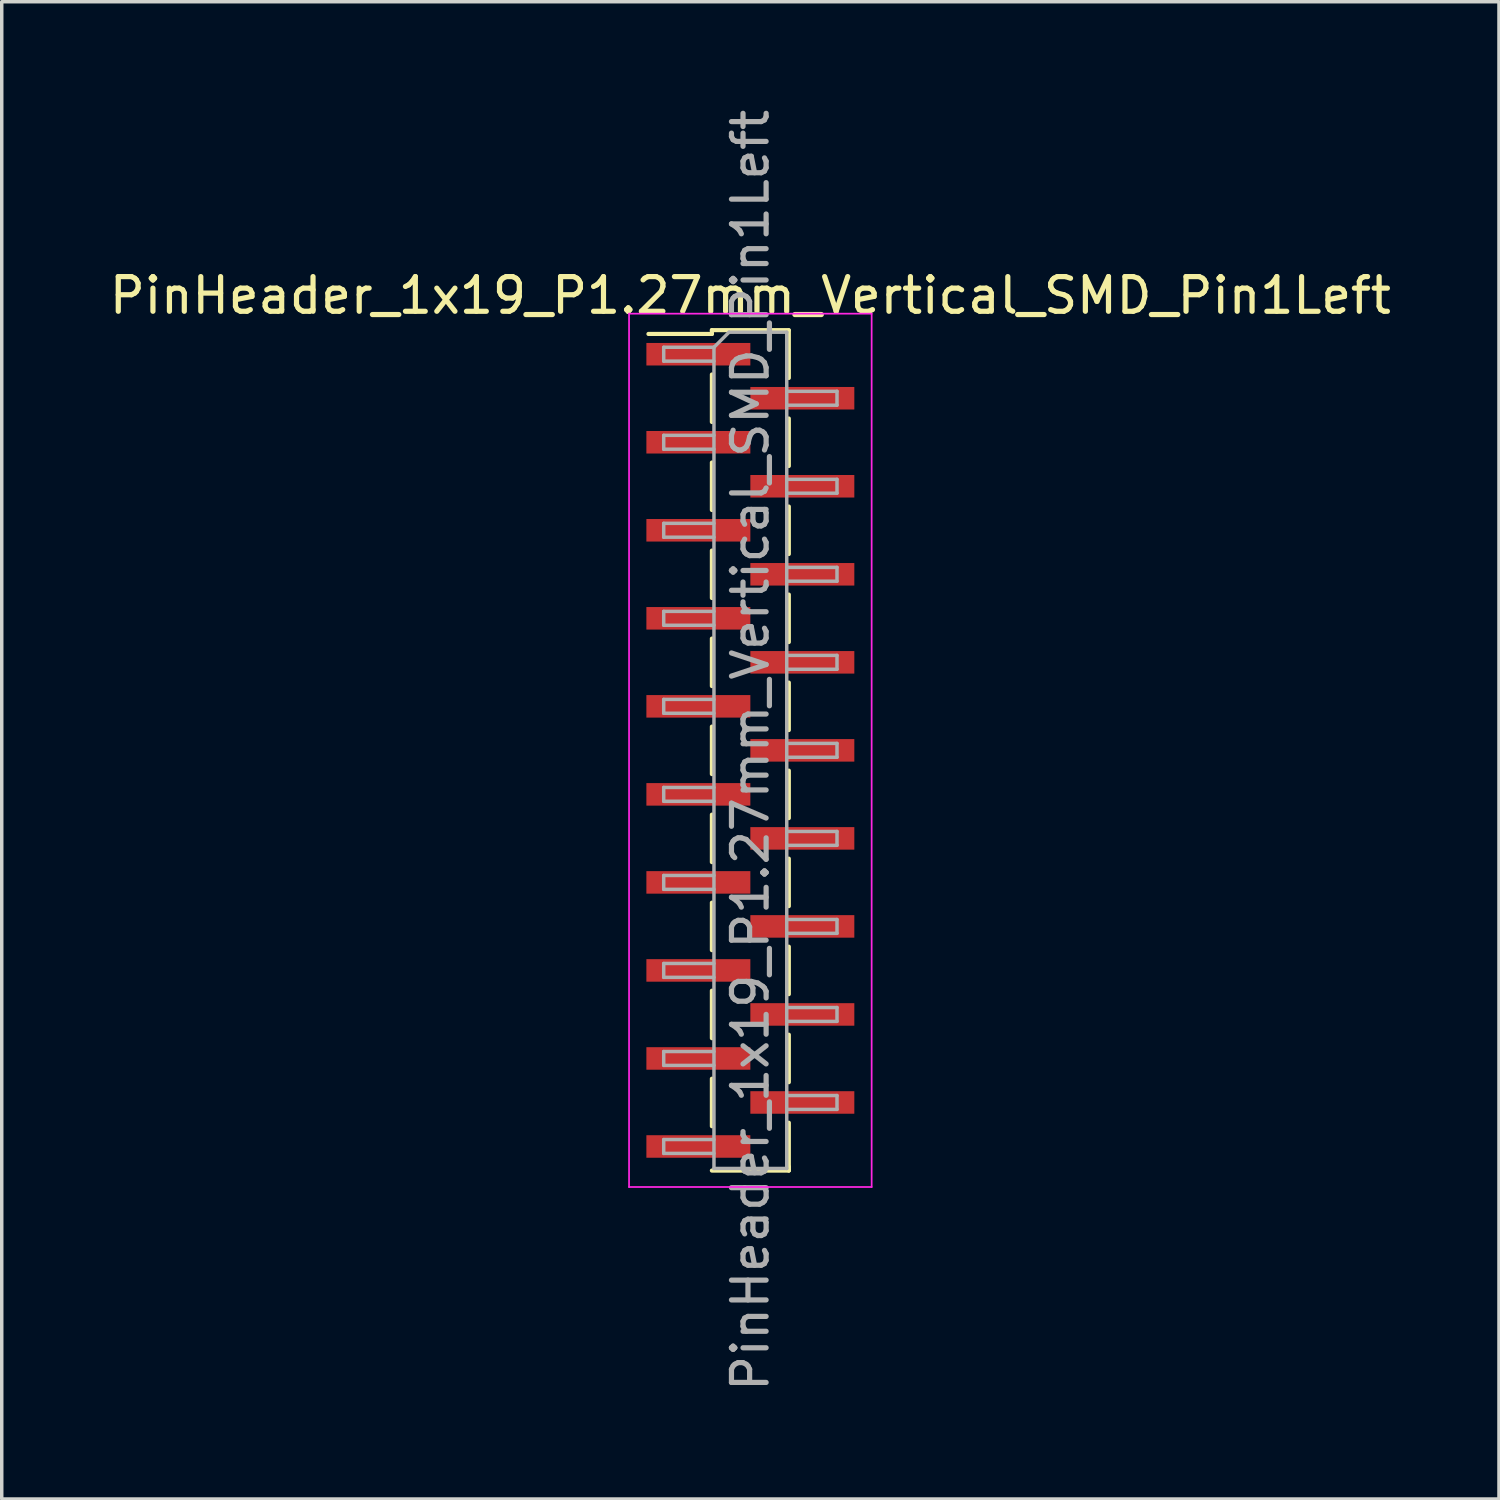
<source format=kicad_pcb>
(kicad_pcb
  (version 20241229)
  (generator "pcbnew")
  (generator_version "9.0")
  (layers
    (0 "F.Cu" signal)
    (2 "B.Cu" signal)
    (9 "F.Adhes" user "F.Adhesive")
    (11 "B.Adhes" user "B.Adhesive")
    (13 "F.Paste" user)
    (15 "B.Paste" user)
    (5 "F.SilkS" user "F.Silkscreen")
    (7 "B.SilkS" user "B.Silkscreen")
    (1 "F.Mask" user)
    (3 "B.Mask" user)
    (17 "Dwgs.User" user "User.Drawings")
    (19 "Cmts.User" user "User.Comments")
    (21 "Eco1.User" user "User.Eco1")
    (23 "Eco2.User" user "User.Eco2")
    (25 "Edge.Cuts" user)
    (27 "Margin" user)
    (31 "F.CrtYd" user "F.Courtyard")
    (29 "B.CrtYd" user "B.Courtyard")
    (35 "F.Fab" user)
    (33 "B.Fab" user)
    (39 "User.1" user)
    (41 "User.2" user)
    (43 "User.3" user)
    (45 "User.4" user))
  (footprint "PinHeader_1x19_P1.27mm_Vertical_SMD_Pin1Left"
    (layer "F.Cu")
    (at 18.601 18.601)
    (property "Reference" "PinHeader_1x19_P1.27mm_Vertical_SMD_Pin1Left" (at 0 -13.125 0) (layer "F.SilkS") (effects (font (size 1 1) (thickness 0.15))))
    (attr smd)
    (fp_line (start -1.11 -12.125) (end -1.11 -12.015) (stroke (width 0.12) (type solid)) (layer "F.SilkS"))
    (fp_line (start -1.11 -12.125) (end 1.11 -12.125) (stroke (width 0.12) (type solid)) (layer "F.SilkS"))
    (fp_line (start -1.11 -12.015) (end -2.94 -12.015) (stroke (width 0.12) (type solid)) (layer "F.SilkS"))
    (fp_line (start -1.11 -10.845) (end -1.11 -9.475) (stroke (width 0.12) (type solid)) (layer "F.SilkS"))
    (fp_line (start -1.11 -8.305) (end -1.11 -6.935) (stroke (width 0.12) (type solid)) (layer "F.SilkS"))
    (fp_line (start -1.11 -5.765) (end -1.11 -4.395) (stroke (width 0.12) (type solid)) (layer "F.SilkS"))
    (fp_line (start -1.11 -3.225) (end -1.11 -1.855) (stroke (width 0.12) (type solid)) (layer "F.SilkS"))
    (fp_line (start -1.11 -0.685) (end -1.11 0.685) (stroke (width 0.12) (type solid)) (layer "F.SilkS"))
    (fp_line (start -1.11 1.855) (end -1.11 3.225) (stroke (width 0.12) (type solid)) (layer "F.SilkS"))
    (fp_line (start -1.11 4.395) (end -1.11 5.765) (stroke (width 0.12) (type solid)) (layer "F.SilkS"))
    (fp_line (start -1.11 6.935) (end -1.11 8.305) (stroke (width 0.12) (type solid)) (layer "F.SilkS"))
    (fp_line (start -1.11 9.475) (end -1.11 10.845) (stroke (width 0.12) (type solid)) (layer "F.SilkS"))
    (fp_line (start -1.11 12.125) (end 1.11 12.125) (stroke (width 0.12) (type solid)) (layer "F.SilkS"))
    (fp_line (start 1.11 -12.115) (end 1.11 -10.745) (stroke (width 0.12) (type solid)) (layer "F.SilkS"))
    (fp_line (start 1.11 -9.575) (end 1.11 -8.205) (stroke (width 0.12) (type solid)) (layer "F.SilkS"))
    (fp_line (start 1.11 -7.035) (end 1.11 -5.665) (stroke (width 0.12) (type solid)) (layer "F.SilkS"))
    (fp_line (start 1.11 -4.495) (end 1.11 -3.125) (stroke (width 0.12) (type solid)) (layer "F.SilkS"))
    (fp_line (start 1.11 -1.955) (end 1.11 -0.585) (stroke (width 0.12) (type solid)) (layer "F.SilkS"))
    (fp_line (start 1.11 0.585) (end 1.11 1.955) (stroke (width 0.12) (type solid)) (layer "F.SilkS"))
    (fp_line (start 1.11 3.125) (end 1.11 4.495) (stroke (width 0.12) (type solid)) (layer "F.SilkS"))
    (fp_line (start 1.11 5.665) (end 1.11 7.035) (stroke (width 0.12) (type solid)) (layer "F.SilkS"))
    (fp_line (start 1.11 8.205) (end 1.11 9.575) (stroke (width 0.12) (type solid)) (layer "F.SilkS"))
    (fp_line (start 1.11 10.745) (end 1.11 12.115) (stroke (width 0.12) (type solid)) (layer "F.SilkS"))
    (fp_line (start 1.11 12.015) (end 1.11 12.125) (stroke (width 0.12) (type solid)) (layer "F.SilkS"))
    (fp_line (start -3.5 -12.6) (end -3.5 12.6) (stroke (width 0.05) (type solid)) (layer "F.CrtYd"))
    (fp_line (start -3.5 12.6) (end 3.5 12.6) (stroke (width 0.05) (type solid)) (layer "F.CrtYd"))
    (fp_line (start 3.5 -12.6) (end -3.5 -12.6) (stroke (width 0.05) (type solid)) (layer "F.CrtYd"))
    (fp_line (start 3.5 12.6) (end 3.5 -12.6) (stroke (width 0.05) (type solid)) (layer "F.CrtYd"))
    (fp_line (start -2.5 -11.63) (end -2.5 -11.23) (stroke (width 0.1) (type solid)) (layer "F.Fab"))
    (fp_line (start -2.5 -11.23) (end -1.05 -11.23) (stroke (width 0.1) (type solid)) (layer "F.Fab"))
    (fp_line (start -2.5 -9.09) (end -2.5 -8.69) (stroke (width 0.1) (type solid)) (layer "F.Fab"))
    (fp_line (start -2.5 -8.69) (end -1.05 -8.69) (stroke (width 0.1) (type solid)) (layer "F.Fab"))
    (fp_line (start -2.5 -6.55) (end -2.5 -6.15) (stroke (width 0.1) (type solid)) (layer "F.Fab"))
    (fp_line (start -2.5 -6.15) (end -1.05 -6.15) (stroke (width 0.1) (type solid)) (layer "F.Fab"))
    (fp_line (start -2.5 -4.01) (end -2.5 -3.61) (stroke (width 0.1) (type solid)) (layer "F.Fab"))
    (fp_line (start -2.5 -3.61) (end -1.05 -3.61) (stroke (width 0.1) (type solid)) (layer "F.Fab"))
    (fp_line (start -2.5 -1.47) (end -2.5 -1.07) (stroke (width 0.1) (type solid)) (layer "F.Fab"))
    (fp_line (start -2.5 -1.07) (end -1.05 -1.07) (stroke (width 0.1) (type solid)) (layer "F.Fab"))
    (fp_line (start -2.5 1.07) (end -2.5 1.47) (stroke (width 0.1) (type solid)) (layer "F.Fab"))
    (fp_line (start -2.5 1.47) (end -1.05 1.47) (stroke (width 0.1) (type solid)) (layer "F.Fab"))
    (fp_line (start -2.5 3.61) (end -2.5 4.01) (stroke (width 0.1) (type solid)) (layer "F.Fab"))
    (fp_line (start -2.5 4.01) (end -1.05 4.01) (stroke (width 0.1) (type solid)) (layer "F.Fab"))
    (fp_line (start -2.5 6.15) (end -2.5 6.55) (stroke (width 0.1) (type solid)) (layer "F.Fab"))
    (fp_line (start -2.5 6.55) (end -1.05 6.55) (stroke (width 0.1) (type solid)) (layer "F.Fab"))
    (fp_line (start -2.5 8.69) (end -2.5 9.09) (stroke (width 0.1) (type solid)) (layer "F.Fab"))
    (fp_line (start -2.5 9.09) (end -1.05 9.09) (stroke (width 0.1) (type solid)) (layer "F.Fab"))
    (fp_line (start -2.5 11.23) (end -2.5 11.63) (stroke (width 0.1) (type solid)) (layer "F.Fab"))
    (fp_line (start -2.5 11.63) (end -1.05 11.63) (stroke (width 0.1) (type solid)) (layer "F.Fab"))
    (fp_line (start -1.05 -11.63) (end -2.5 -11.63) (stroke (width 0.1) (type solid)) (layer "F.Fab"))
    (fp_line (start -1.05 -11.63) (end -0.615 -12.065) (stroke (width 0.1) (type solid)) (layer "F.Fab"))
    (fp_line (start -1.05 -9.09) (end -2.5 -9.09) (stroke (width 0.1) (type solid)) (layer "F.Fab"))
    (fp_line (start -1.05 -6.55) (end -2.5 -6.55) (stroke (width 0.1) (type solid)) (layer "F.Fab"))
    (fp_line (start -1.05 -4.01) (end -2.5 -4.01) (stroke (width 0.1) (type solid)) (layer "F.Fab"))
    (fp_line (start -1.05 -1.47) (end -2.5 -1.47) (stroke (width 0.1) (type solid)) (layer "F.Fab"))
    (fp_line (start -1.05 1.07) (end -2.5 1.07) (stroke (width 0.1) (type solid)) (layer "F.Fab"))
    (fp_line (start -1.05 3.61) (end -2.5 3.61) (stroke (width 0.1) (type solid)) (layer "F.Fab"))
    (fp_line (start -1.05 6.15) (end -2.5 6.15) (stroke (width 0.1) (type solid)) (layer "F.Fab"))
    (fp_line (start -1.05 8.69) (end -2.5 8.69) (stroke (width 0.1) (type solid)) (layer "F.Fab"))
    (fp_line (start -1.05 11.23) (end -2.5 11.23) (stroke (width 0.1) (type solid)) (layer "F.Fab"))
    (fp_line (start -1.05 12.065) (end -1.05 -11.63) (stroke (width 0.1) (type solid)) (layer "F.Fab"))
    (fp_line (start -0.615 -12.065) (end 1.05 -12.065) (stroke (width 0.1) (type solid)) (layer "F.Fab"))
    (fp_line (start 1.05 -12.065) (end 1.05 12.065) (stroke (width 0.1) (type solid)) (layer "F.Fab"))
    (fp_line (start 1.05 -10.36) (end 2.5 -10.36) (stroke (width 0.1) (type solid)) (layer "F.Fab"))
    (fp_line (start 1.05 -7.82) (end 2.5 -7.82) (stroke (width 0.1) (type solid)) (layer "F.Fab"))
    (fp_line (start 1.05 -5.28) (end 2.5 -5.28) (stroke (width 0.1) (type solid)) (layer "F.Fab"))
    (fp_line (start 1.05 -2.74) (end 2.5 -2.74) (stroke (width 0.1) (type solid)) (layer "F.Fab"))
    (fp_line (start 1.05 -0.2) (end 2.5 -0.2) (stroke (width 0.1) (type solid)) (layer "F.Fab"))
    (fp_line (start 1.05 2.34) (end 2.5 2.34) (stroke (width 0.1) (type solid)) (layer "F.Fab"))
    (fp_line (start 1.05 4.88) (end 2.5 4.88) (stroke (width 0.1) (type solid)) (layer "F.Fab"))
    (fp_line (start 1.05 7.42) (end 2.5 7.42) (stroke (width 0.1) (type solid)) (layer "F.Fab"))
    (fp_line (start 1.05 9.96) (end 2.5 9.96) (stroke (width 0.1) (type solid)) (layer "F.Fab"))
    (fp_line (start 1.05 12.065) (end -1.05 12.065) (stroke (width 0.1) (type solid)) (layer "F.Fab"))
    (fp_line (start 2.5 -10.36) (end 2.5 -9.96) (stroke (width 0.1) (type solid)) (layer "F.Fab"))
    (fp_line (start 2.5 -9.96) (end 1.05 -9.96) (stroke (width 0.1) (type solid)) (layer "F.Fab"))
    (fp_line (start 2.5 -7.82) (end 2.5 -7.42) (stroke (width 0.1) (type solid)) (layer "F.Fab"))
    (fp_line (start 2.5 -7.42) (end 1.05 -7.42) (stroke (width 0.1) (type solid)) (layer "F.Fab"))
    (fp_line (start 2.5 -5.28) (end 2.5 -4.88) (stroke (width 0.1) (type solid)) (layer "F.Fab"))
    (fp_line (start 2.5 -4.88) (end 1.05 -4.88) (stroke (width 0.1) (type solid)) (layer "F.Fab"))
    (fp_line (start 2.5 -2.74) (end 2.5 -2.34) (stroke (width 0.1) (type solid)) (layer "F.Fab"))
    (fp_line (start 2.5 -2.34) (end 1.05 -2.34) (stroke (width 0.1) (type solid)) (layer "F.Fab"))
    (fp_line (start 2.5 -0.2) (end 2.5 0.2) (stroke (width 0.1) (type solid)) (layer "F.Fab"))
    (fp_line (start 2.5 0.2) (end 1.05 0.2) (stroke (width 0.1) (type solid)) (layer "F.Fab"))
    (fp_line (start 2.5 2.34) (end 2.5 2.74) (stroke (width 0.1) (type solid)) (layer "F.Fab"))
    (fp_line (start 2.5 2.74) (end 1.05 2.74) (stroke (width 0.1) (type solid)) (layer "F.Fab"))
    (fp_line (start 2.5 4.88) (end 2.5 5.28) (stroke (width 0.1) (type solid)) (layer "F.Fab"))
    (fp_line (start 2.5 5.28) (end 1.05 5.28) (stroke (width 0.1) (type solid)) (layer "F.Fab"))
    (fp_line (start 2.5 7.42) (end 2.5 7.82) (stroke (width 0.1) (type solid)) (layer "F.Fab"))
    (fp_line (start 2.5 7.82) (end 1.05 7.82) (stroke (width 0.1) (type solid)) (layer "F.Fab"))
    (fp_line (start 2.5 9.96) (end 2.5 10.36) (stroke (width 0.1) (type solid)) (layer "F.Fab"))
    (fp_line (start 2.5 10.36) (end 1.05 10.36) (stroke (width 0.1) (type solid)) (layer "F.Fab"))
    (fp_text user "${REFERENCE}" (at 0 0 90) (layer "F.Fab") (effects (font (size 1 1) (thickness 0.15))))
    (pad "1" smd rect (at -1.5 -11.43) (size 3 0.65) (layers "F.Cu" "F.Mask" "F.Paste"))
    (pad "2" smd rect (at 1.5 -10.16) (size 3 0.65) (layers "F.Cu" "F.Mask" "F.Paste"))
    (pad "3" smd rect (at -1.5 -8.89) (size 3 0.65) (layers "F.Cu" "F.Mask" "F.Paste"))
    (pad "4" smd rect (at 1.5 -7.62) (size 3 0.65) (layers "F.Cu" "F.Mask" "F.Paste"))
    (pad "5" smd rect (at -1.5 -6.35) (size 3 0.65) (layers "F.Cu" "F.Mask" "F.Paste"))
    (pad "6" smd rect (at 1.5 -5.08) (size 3 0.65) (layers "F.Cu" "F.Mask" "F.Paste"))
    (pad "7" smd rect (at -1.5 -3.81) (size 3 0.65) (layers "F.Cu" "F.Mask" "F.Paste"))
    (pad "8" smd rect (at 1.5 -2.54) (size 3 0.65) (layers "F.Cu" "F.Mask" "F.Paste"))
    (pad "9" smd rect (at -1.5 -1.27) (size 3 0.65) (layers "F.Cu" "F.Mask" "F.Paste"))
    (pad "10" smd rect (at 1.5 0) (size 3 0.65) (layers "F.Cu" "F.Mask" "F.Paste"))
    (pad "11" smd rect (at -1.5 1.27) (size 3 0.65) (layers "F.Cu" "F.Mask" "F.Paste"))
    (pad "12" smd rect (at 1.5 2.54) (size 3 0.65) (layers "F.Cu" "F.Mask" "F.Paste"))
    (pad "13" smd rect (at -1.5 3.81) (size 3 0.65) (layers "F.Cu" "F.Mask" "F.Paste"))
    (pad "14" smd rect (at 1.5 5.08) (size 3 0.65) (layers "F.Cu" "F.Mask" "F.Paste"))
    (pad "15" smd rect (at -1.5 6.35) (size 3 0.65) (layers "F.Cu" "F.Mask" "F.Paste"))
    (pad "16" smd rect (at 1.5 7.62) (size 3 0.65) (layers "F.Cu" "F.Mask" "F.Paste"))
    (pad "17" smd rect (at -1.5 8.89) (size 3 0.65) (layers "F.Cu" "F.Mask" "F.Paste"))
    (pad "18" smd rect (at 1.5 10.16) (size 3 0.65) (layers "F.Cu" "F.Mask" "F.Paste"))
    (pad "19" smd rect (at -1.5 11.43) (size 3 0.65) (layers "F.Cu" "F.Mask" "F.Paste")))
  (gr_rect
    (start -3 -3)
    (end 40.202 40.202)
    (stroke (width 0.1) (type default))
    (fill no)
    (layer "Edge.Cuts")))
</source>
